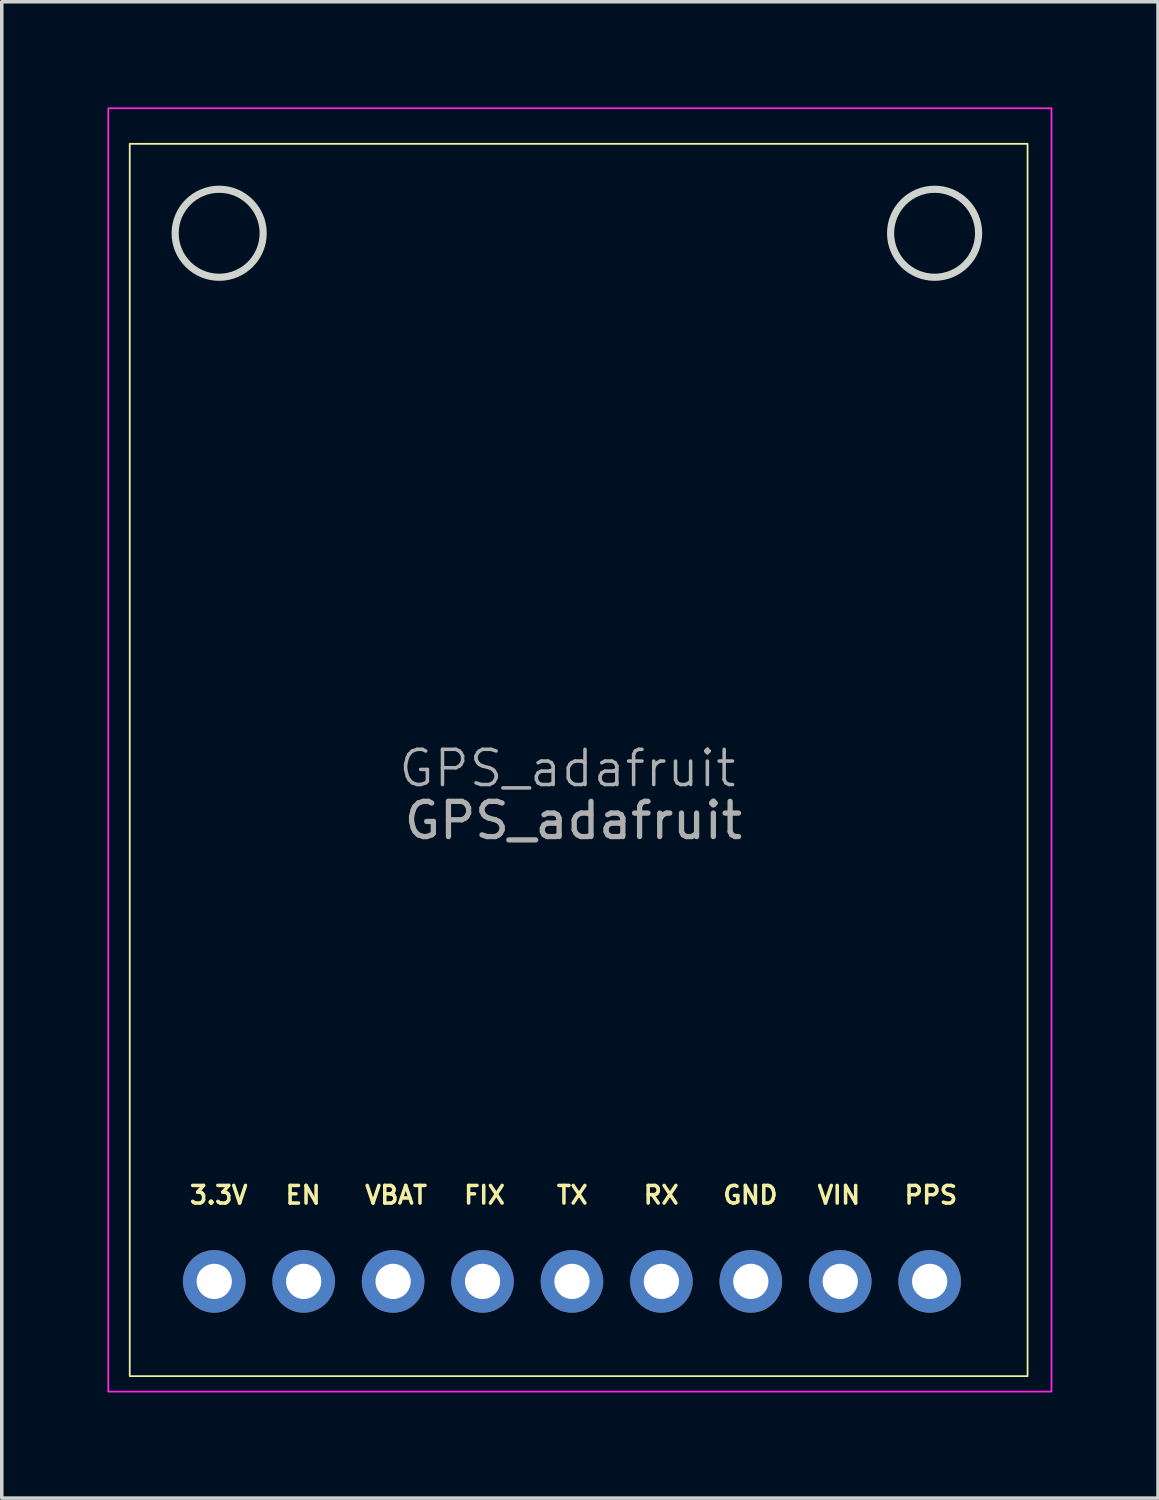
<source format=kicad_pcb>
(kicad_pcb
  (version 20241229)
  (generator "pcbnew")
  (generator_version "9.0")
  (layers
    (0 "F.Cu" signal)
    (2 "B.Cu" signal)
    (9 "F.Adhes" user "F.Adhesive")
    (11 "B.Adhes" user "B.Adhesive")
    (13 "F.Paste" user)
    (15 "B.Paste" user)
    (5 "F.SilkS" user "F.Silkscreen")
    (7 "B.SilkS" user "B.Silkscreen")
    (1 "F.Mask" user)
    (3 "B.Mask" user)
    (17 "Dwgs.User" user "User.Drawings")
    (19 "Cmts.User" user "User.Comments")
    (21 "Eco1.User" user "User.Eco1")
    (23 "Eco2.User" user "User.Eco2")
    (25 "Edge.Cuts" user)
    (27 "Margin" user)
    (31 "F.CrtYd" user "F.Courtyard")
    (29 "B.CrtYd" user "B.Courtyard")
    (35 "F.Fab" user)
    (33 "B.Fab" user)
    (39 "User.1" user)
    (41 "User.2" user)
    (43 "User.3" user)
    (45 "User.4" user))
  (footprint "GPS_adafruit"
    (layer "F.Cu")
    (at 0.635 1.035)
    (property "Reference" "GPS_adafruit" (at 12.43 17.74 0) (unlocked yes) (layer "F.Fab") (effects (font (size 1 1) (thickness 0.1))))
    (attr smd)
    (fp_rect (start 0 0) (end 25.5 35) (stroke (width 0.05) (type default)) (fill no) (layer "F.SilkS"))
    (fp_circle (center 2.54 2.54) (end 3.79 2.54) (stroke (width 0.203) (type solid)) (fill no) (layer "Edge.Cuts"))
    (fp_circle (center 22.86 2.54) (end 24.11 2.54) (stroke (width 0.203) (type solid)) (fill no) (layer "Edge.Cuts"))
    (fp_rect (start -0.61 -1.01) (end 26.18 35.44) (stroke (width 0.05) (type default)) (fill no) (layer "F.CrtYd"))
    (fp_poly (pts (xy 7.236 32.564) (xy 7.744 32.564) (xy 7.744 32.056) (xy 7.236 32.056)) (stroke (width 0.1) (type default)) (fill no) (layer "F.Fab"))
    (fp_poly (pts (xy 9.776 32.564) (xy 10.284 32.564) (xy 10.284 32.056) (xy 9.776 32.056)) (stroke (width 0.1) (type default)) (fill no) (layer "F.Fab"))
    (fp_poly (pts (xy 12.316 32.564) (xy 12.824 32.564) (xy 12.824 32.056) (xy 12.316 32.056)) (stroke (width 0.1) (type default)) (fill no) (layer "F.Fab"))
    (fp_poly (pts (xy 14.856 32.564) (xy 15.364 32.564) (xy 15.364 32.056) (xy 14.856 32.056)) (stroke (width 0.1) (type default)) (fill no) (layer "F.Fab"))
    (fp_poly (pts (xy 17.396 32.564) (xy 17.904 32.564) (xy 17.904 32.056) (xy 17.396 32.056)) (stroke (width 0.1) (type default)) (fill no) (layer "F.Fab"))
    (fp_poly (pts (xy 19.936 32.564) (xy 20.444 32.564) (xy 20.444 32.056) (xy 19.936 32.056)) (stroke (width 0.1) (type default)) (fill no) (layer "F.Fab"))
    (fp_poly (pts (xy 22.476 32.564) (xy 22.984 32.564) (xy 22.984 32.056) (xy 22.476 32.056)) (stroke (width 0.1) (type default)) (fill no) (layer "F.Fab"))
    (fp_text user "FIX" (at 9.44 30.15 0) (unlocked yes) (layer "F.SilkS") (effects (font (size 0.5 0.5) (thickness 0.1)) (justify left bottom)))
    (fp_text user "GND" (at 16.8 30.15 0) (unlocked yes) (layer "F.SilkS") (effects (font (size 0.5 0.5) (thickness 0.1)) (justify left bottom)))
    (fp_text user "PPS" (at 21.95 30.15 0) (unlocked yes) (layer "F.SilkS") (effects (font (size 0.5 0.5) (thickness 0.1)) (justify left bottom)))
    (fp_text user "TX" (at 12.57 30.15 0) (unlocked yes) (layer "F.SilkS") (effects (font (size 0.5 0.5) (thickness 0.1)) (justify bottom)))
    (fp_text user "RX" (at 14.54 30.15 0) (unlocked yes) (layer "F.SilkS") (effects (font (size 0.5 0.5) (thickness 0.1)) (justify left bottom)))
    (fp_text user "3.3V" (at 1.65 30.15 0) (unlocked yes) (layer "F.SilkS") (effects (font (size 0.5 0.5) (thickness 0.1)) (justify left bottom)))
    (fp_text user "EN" (at 4.37 30.15 0) (unlocked yes) (layer "F.SilkS") (effects (font (size 0.5 0.5) (thickness 0.1)) (justify left bottom)))
    (fp_text user "VBAT" (at 6.63 30.15 0) (unlocked yes) (layer "F.SilkS") (effects (font (size 0.5 0.5) (thickness 0.1)) (justify left bottom)))
    (fp_text user "VIN" (at 19.48 30.15 0) (unlocked yes) (layer "F.SilkS") (effects (font (size 0.5 0.5) (thickness 0.1)) (justify left bottom)))
    (fp_text user "${REFERENCE}" (at 12.6 19.22 0) (unlocked yes) (layer "F.Fab") (effects (font (size 1 1) (thickness 0.15))))
    (pad "1" thru_hole circle (at 22.72 32.31 270) (size 1.778 1.778) (drill 1) (layers "*.Cu" "*.Mask"))
    (pad "2" thru_hole circle (at 20.18 32.31 270) (size 1.778 1.778) (drill 1) (layers "*.Cu" "*.Mask"))
    (pad "3" thru_hole circle (at 17.64 32.31 270) (size 1.778 1.778) (drill 1) (layers "*.Cu" "*.Mask"))
    (pad "4" thru_hole circle (at 15.1 32.31 270) (size 1.778 1.778) (drill 1) (layers "*.Cu" "*.Mask"))
    (pad "5" thru_hole circle (at 12.56 32.31 270) (size 1.778 1.778) (drill 1) (layers "*.Cu" "*.Mask"))
    (pad "6" thru_hole circle (at 10.02 32.31 270) (size 1.778 1.778) (drill 1) (layers "*.Cu" "*.Mask"))
    (pad "7" thru_hole circle (at 7.48 32.31 270) (size 1.778 1.778) (drill 1) (layers "*.Cu" "*.Mask"))
    (pad "8" thru_hole circle (at 4.94 32.31 270) (size 1.778 1.778) (drill 1) (layers "*.Cu" "*.Mask"))
    (pad "9" thru_hole circle (at 2.4 32.31 270) (size 1.778 1.778) (drill 1) (layers "*.Cu" "*.Mask")))
  (gr_rect
    (start -3 -3)
    (end 29.84 39.5)
    (stroke (width 0.1) (type default))
    (fill no)
    (layer "Edge.Cuts")))
</source>
